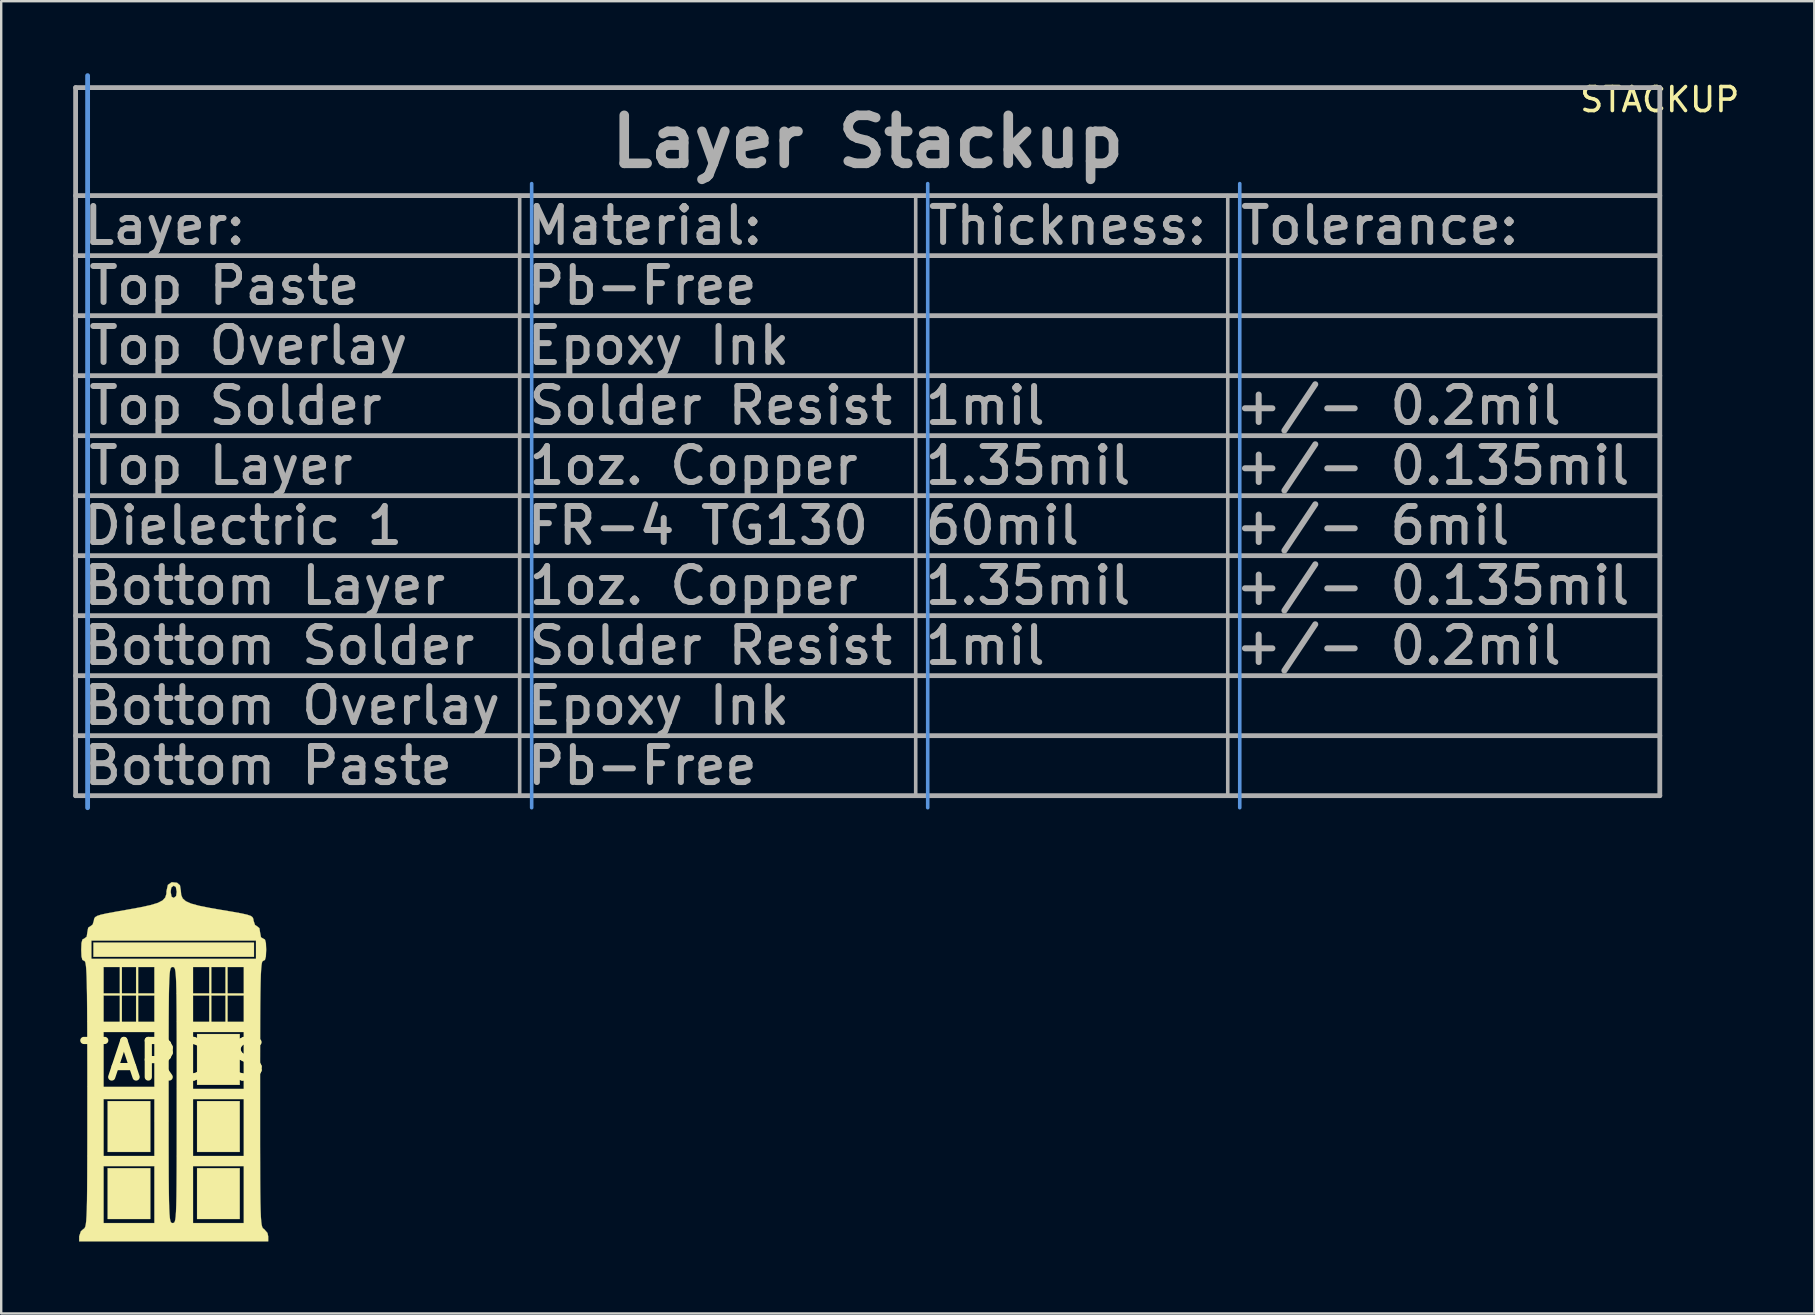
<source format=kicad_pcb>
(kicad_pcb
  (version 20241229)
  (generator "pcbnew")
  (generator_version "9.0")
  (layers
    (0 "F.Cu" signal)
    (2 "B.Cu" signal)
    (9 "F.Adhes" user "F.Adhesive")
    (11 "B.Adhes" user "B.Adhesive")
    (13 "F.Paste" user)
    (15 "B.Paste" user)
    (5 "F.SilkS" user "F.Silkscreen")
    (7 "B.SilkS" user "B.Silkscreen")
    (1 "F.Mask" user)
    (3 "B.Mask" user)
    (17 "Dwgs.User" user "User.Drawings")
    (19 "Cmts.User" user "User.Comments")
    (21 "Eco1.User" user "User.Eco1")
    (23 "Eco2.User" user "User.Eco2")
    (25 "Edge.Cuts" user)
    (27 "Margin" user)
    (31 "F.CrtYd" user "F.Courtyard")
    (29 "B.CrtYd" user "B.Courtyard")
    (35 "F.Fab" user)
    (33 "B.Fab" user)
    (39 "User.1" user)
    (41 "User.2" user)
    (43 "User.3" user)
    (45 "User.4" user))
  (footprint "STACKUP"
    (layer "F.Cu")
    (at 66.1 0.6)
    (property "Reference" "STACKUP" (at 0 0.5 0) (layer "F.SilkS") (effects (font (size 1 1) (thickness 0.15))))
    (attr through_hole)
    (fp_line (start -65.5 -0.5) (end -65.5 30) (stroke (width 0.2) (type solid)) (layer "Cmts.User"))
    (fp_line (start -47 4) (end -47 30) (stroke (width 0.15) (type solid)) (layer "Cmts.User"))
    (fp_line (start -30.5 4) (end -30.5 30) (stroke (width 0.15) (type solid)) (layer "Cmts.User"))
    (fp_line (start -17.5 4) (end -17.5 30) (stroke (width 0.15) (type solid)) (layer "Cmts.User"))
    (fp_line (start -66 0) (end -66 29.5) (stroke (width 0.2) (type solid)) (layer "F.Fab"))
    (fp_line (start -47.5 4.5) (end -47.5 29.5) (stroke (width 0.15) (type solid)) (layer "F.Fab"))
    (fp_line (start -31 4.5) (end -31 29.5) (stroke (width 0.15) (type solid)) (layer "F.Fab"))
    (fp_line (start -18 4.5) (end -18 29.5) (stroke (width 0.15) (type solid)) (layer "F.Fab"))
    (fp_line (start 0 0) (end -66 0) (stroke (width 0.2) (type solid)) (layer "F.Fab"))
    (fp_line (start 0 0) (end 0 29.5) (stroke (width 0.2) (type solid)) (layer "F.Fab"))
    (fp_line (start 0 4.5) (end -66 4.5) (stroke (width 0.2) (type solid)) (layer "F.Fab"))
    (fp_line (start 0 7) (end -66 7) (stroke (width 0.2) (type solid)) (layer "F.Fab"))
    (fp_line (start 0 9.5) (end -66 9.5) (stroke (width 0.2) (type solid)) (layer "F.Fab"))
    (fp_line (start 0 12) (end -66 12) (stroke (width 0.2) (type solid)) (layer "F.Fab"))
    (fp_line (start 0 14.5) (end -66 14.5) (stroke (width 0.2) (type solid)) (layer "F.Fab"))
    (fp_line (start 0 17) (end -66 17) (stroke (width 0.2) (type solid)) (layer "F.Fab"))
    (fp_line (start 0 19.5) (end -66 19.5) (stroke (width 0.2) (type solid)) (layer "F.Fab"))
    (fp_line (start 0 22) (end -66 22) (stroke (width 0.2) (type solid)) (layer "F.Fab"))
    (fp_line (start 0 24.5) (end -66 24.5) (stroke (width 0.2) (type solid)) (layer "F.Fab"))
    (fp_line (start 0 27) (end -66 27) (stroke (width 0.2) (type solid)) (layer "F.Fab"))
    (fp_line (start 0 29.5) (end -66 29.5) (stroke (width 0.2) (type solid)) (layer "F.Fab"))
    (fp_text user "Layer:" (at -62.3 5.75 0) (layer "F.Fab") (effects (font (size 1.5 1.5) (thickness 0.25))))
    (fp_text user "+/- 6mil" (at -11.96 18.25 0) (layer "F.Fab") (effects (font (size 1.5 1.5) (thickness 0.25))))
    (fp_text user "1.35mil" (at -26.32 15.75 0) (layer "F.Fab") (effects (font (size 1.5 1.5) (thickness 0.25))))
    (fp_text user "FR-4 TG130" (at -40.07 18.25 0) (layer "F.Fab") (effects (font (size 1.5 1.5) (thickness 0.25))))
    (fp_text user "Bottom Layer" (at -58.125 20.75 0) (layer "F.Fab") (effects (font (size 1.5 1.5) (thickness 0.25))))
    (fp_text user "1.35mil" (at -26.32 20.75 0) (layer "F.Fab") (effects (font (size 1.5 1.5) (thickness 0.25))))
    (fp_text user "Solder Resist" (at -39.535 13.25 0) (layer "F.Fab") (effects (font (size 1.5 1.5) (thickness 0.25))))
    (fp_text user "Thickness:" (at -24.68 5.75 0) (layer "F.Fab") (effects (font (size 1.5 1.5) (thickness 0.25))))
    (fp_text user "Epoxy Ink" (at -41.715 10.75 0) (layer "F.Fab") (effects (font (size 1.5 1.5) (thickness 0.25))))
    (fp_text user "+/- 0.2mil" (at -10.89 13.25 0) (layer "F.Fab") (effects (font (size 1.5 1.5) (thickness 0.25))))
    (fp_text user "Layer Stackup" (at -33 2.25 0) (layer "F.Fab") (effects (font (size 2 2) (thickness 0.4))))
    (fp_text user "Top Layer" (at -59.945 15.75 0) (layer "F.Fab") (effects (font (size 1.5 1.5) (thickness 0.25))))
    (fp_text user "Top Solder" (at -59.335 13.25 0) (layer "F.Fab") (effects (font (size 1.5 1.5) (thickness 0.25))))
    (fp_text user "Pb-Free" (at -42.395 8.25 0) (layer "F.Fab") (effects (font (size 1.5 1.5) (thickness 0.25))))
    (fp_text user "Solder Resist" (at -39.535 23.25 0) (layer "F.Fab") (effects (font (size 1.5 1.5) (thickness 0.25))))
    (fp_text user "Bottom Overlay" (at -56.98 25.75 0) (layer "F.Fab") (effects (font (size 1.5 1.5) (thickness 0.25))))
    (fp_text user "Bottom Solder" (at -57.515 23.25 0) (layer "F.Fab") (effects (font (size 1.5 1.5) (thickness 0.25))))
    (fp_text user "Tolerance:" (at -11.675 5.75 0) (layer "F.Fab") (effects (font (size 1.5 1.5) (thickness 0.25))))
    (fp_text user "+/- 0.135mil" (at -9.46 20.75 0) (layer "F.Fab") (effects (font (size 1.5 1.5) (thickness 0.25))))
    (fp_text user "1oz. Copper" (at -40.25 20.75 0) (layer "F.Fab") (effects (font (size 1.5 1.5) (thickness 0.25))))
    (fp_text user "+/- 0.2mil" (at -10.89 23.25 0) (layer "F.Fab") (effects (font (size 1.5 1.5) (thickness 0.25))))
    (fp_text user "1mil" (at -28.105 23.25 0) (layer "F.Fab") (effects (font (size 1.5 1.5) (thickness 0.25))))
    (fp_text user "60mil" (at -27.39 18.25 0) (layer "F.Fab") (effects (font (size 1.5 1.5) (thickness 0.25))))
    (fp_text user "Pb-Free" (at -42.39 28.25 0) (layer "F.Fab") (effects (font (size 1.5 1.5) (thickness 0.25))))
    (fp_text user "1oz. Copper" (at -40.255 15.75 0) (layer "F.Fab") (effects (font (size 1.5 1.5) (thickness 0.25))))
    (fp_text user "+/- 0.135mil" (at -9.46 15.75 0) (layer "F.Fab") (effects (font (size 1.5 1.5) (thickness 0.25))))
    (fp_text user "Material:" (at -42.29 5.75 0) (layer "F.Fab") (effects (font (size 1.5 1.5) (thickness 0.25))))
    (fp_text user "Bottom Paste" (at -57.98 28.25 0) (layer "F.Fab") (effects (font (size 1.5 1.5) (thickness 0.25))))
    (fp_text user "Epoxy Ink" (at -41.715 25.75 0) (layer "F.Fab") (effects (font (size 1.5 1.5) (thickness 0.25))))
    (fp_text user "1mil" (at -28.105 13.25 0) (layer "F.Fab") (effects (font (size 1.5 1.5) (thickness 0.25))))
    (fp_text user "Top Overlay" (at -58.8 10.75 0) (layer "F.Fab") (effects (font (size 1.5 1.5) (thickness 0.25))))
    (fp_text user "Dielectric 1" (at -59.015 18.25 0) (layer "F.Fab") (effects (font (size 1.5 1.5) (thickness 0.25))))
    (fp_text user "Top Paste" (at -59.8 8.25 0) (layer "F.Fab") (effects (font (size 1.5 1.5) (thickness 0.25)))))
  (footprint "TARDIS"
    (layer "F.Cu")
    (at 4.144 41.131)
    (property "Reference" "TARDIS" (at 0 0 0) (layer "F.SilkS") (effects (font (size 1.524 1.524) (thickness 0.3))))
    (attr through_hole)
    (fp_poly (pts (xy -0.931 3.81) (xy -2.709 3.81) (xy -2.709 1.693) (xy -0.931 1.693) (xy -0.931 3.81)) (stroke (width 0.01) (type solid)) (fill yes) (layer "F.SilkS"))
    (fp_poly (pts (xy -0.931 6.604) (xy -2.709 6.604) (xy -2.709 4.487) (xy -0.931 4.487) (xy -0.931 6.604)) (stroke (width 0.01) (type solid)) (fill yes) (layer "F.SilkS"))
    (fp_poly (pts (xy 2.794 1.016) (xy 1.016 1.016) (xy 1.016 -1.101) (xy 2.794 -1.101) (xy 2.794 1.016)) (stroke (width 0.01) (type solid)) (fill yes) (layer "F.SilkS"))
    (fp_poly (pts (xy 2.794 3.81) (xy 1.016 3.81) (xy 1.016 1.693) (xy 2.794 1.693) (xy 2.794 3.81)) (stroke (width 0.01) (type solid)) (fill yes) (layer "F.SilkS"))
    (fp_poly (pts (xy 2.794 6.604) (xy 1.016 6.604) (xy 1.016 4.487) (xy 2.794 4.487) (xy 2.794 6.604)) (stroke (width 0.01) (type solid)) (fill yes) (layer "F.SilkS"))
    (fp_poly (pts (xy 3.387 -4.318) (xy -3.302 -4.318) (xy -3.302 -4.911) (xy 3.387 -4.911) (xy 3.387 -4.318)) (stroke (width 0.01) (type solid)) (fill yes) (layer "F.SilkS"))
    (fp_poly (pts (xy 0.181 -7.405) (xy 0.303 -7.299) (xy 0.339 -7.077) (xy 0.355 -6.895) (xy 0.417 -6.751) (xy 0.547 -6.635) (xy 0.765 -6.537) (xy 1.093 -6.447) (xy 1.552 -6.355) (xy 2.007 -6.276) (xy 2.507 -6.192) (xy 2.864 -6.127) (xy 3.103 -6.074) (xy 3.249 -6.024) (xy 3.326 -5.969) (xy 3.359 -5.9) (xy 3.371 -5.82) (xy 3.43 -5.647) (xy 3.519 -5.588) (xy 3.614 -5.512) (xy 3.641 -5.334) (xy 3.679 -5.132) (xy 3.768 -5.08) (xy 3.844 -5.038) (xy 3.884 -4.891) (xy 3.895 -4.614) (xy 3.883 -4.334) (xy 3.843 -4.189) (xy 3.768 -4.149) (xy 3.742 -4.133) (xy 3.72 -4.079) (xy 3.702 -3.974) (xy 3.686 -3.807) (xy 3.673 -3.567) (xy 3.663 -3.241) (xy 3.655 -2.818) (xy 3.649 -2.286) (xy 3.645 -1.634) (xy 3.643 -0.849) (xy 3.641 0.079) (xy 3.641 1.162) (xy 3.641 1.394) (xy 3.641 2.498) (xy 3.641 3.445) (xy 3.643 4.248) (xy 3.645 4.918) (xy 3.649 5.467) (xy 3.655 5.909) (xy 3.664 6.255) (xy 3.675 6.518) (xy 3.689 6.71) (xy 3.706 6.842) (xy 3.728 6.929) (xy 3.753 6.981) (xy 3.783 7.011) (xy 3.81 7.027) (xy 3.949 7.186) (xy 3.979 7.327) (xy 3.979 7.535) (xy -3.895 7.535) (xy -3.895 7.327) (xy -3.826 7.119) (xy -3.725 7.027) (xy -3.692 7.006) (xy -3.663 6.972) (xy -3.638 6.914) (xy -3.618 6.819) (xy -3.601 6.675) (xy -3.588 6.469) (xy -3.577 6.19) (xy -3.569 5.825) (xy -3.564 5.362) (xy -3.56 4.788) (xy -3.559 4.403) (xy -2.879 4.403) (xy -2.879 6.773) (xy -0.762 6.773) (xy -0.762 4.403) (xy -2.879 4.403) (xy -3.559 4.403) (xy -3.558 4.092) (xy -3.556 3.26) (xy -3.556 2.281) (xy -3.556 1.609) (xy -2.879 1.609) (xy -2.879 3.979) (xy -0.762 3.979) (xy -0.762 1.609) (xy -2.879 1.609) (xy -3.556 1.609) (xy -3.556 1.439) (xy -0.169 1.439) (xy -0.169 2.521) (xy -0.169 3.445) (xy -0.167 4.225) (xy -0.165 4.872) (xy -0.16 5.399) (xy -0.154 5.819) (xy -0.146 6.143) (xy -0.134 6.384) (xy -0.119 6.554) (xy -0.101 6.666) (xy -0.079 6.731) (xy -0.053 6.763) (xy -0.021 6.773) (xy 0 6.773) (xy 0.034 6.77) (xy 0.064 6.753) (xy 0.088 6.71) (xy 0.109 6.627) (xy 0.126 6.494) (xy 0.139 6.297) (xy 0.149 6.024) (xy 0.157 5.664) (xy 0.162 5.203) (xy 0.166 4.629) (xy 0.167 4.403) (xy 0.847 4.403) (xy 0.847 6.773) (xy 2.963 6.773) (xy 2.963 4.403) (xy 0.847 4.403) (xy 0.167 4.403) (xy 0.168 3.931) (xy 0.169 3.095) (xy 0.169 2.109) (xy 0.169 1.609) (xy 0.847 1.609) (xy 0.847 3.979) (xy 2.963 3.979) (xy 2.963 1.609) (xy 0.847 1.609) (xy 0.169 1.609) (xy 0.169 1.439) (xy 0.169 0.358) (xy 0.169 -0.567) (xy 0.168 -1.185) (xy 0.847 -1.185) (xy 0.847 1.185) (xy 2.963 1.185) (xy 2.963 -1.185) (xy 0.847 -1.185) (xy 0.168 -1.185) (xy 0.167 -1.346) (xy 0.165 -1.994) (xy 0.16 -2.521) (xy 0.158 -2.709) (xy 0.847 -2.709) (xy 0.847 -1.609) (xy 1.524 -1.609) (xy 1.524 -2.709) (xy 1.609 -2.709) (xy 1.609 -1.609) (xy 2.201 -1.609) (xy 2.201 -2.709) (xy 2.286 -2.709) (xy 2.286 -1.609) (xy 2.963 -1.609) (xy 2.963 -2.709) (xy 2.286 -2.709) (xy 2.201 -2.709) (xy 1.609 -2.709) (xy 1.524 -2.709) (xy 0.847 -2.709) (xy 0.158 -2.709) (xy 0.154 -2.94) (xy 0.146 -3.264) (xy 0.134 -3.505) (xy 0.119 -3.675) (xy 0.101 -3.787) (xy 0.079 -3.852) (xy 0.053 -3.884) (xy 0.021 -3.894) (xy 0 -3.895) (xy 0.847 -3.895) (xy 0.847 -2.794) (xy 1.524 -2.794) (xy 1.524 -3.895) (xy 1.609 -3.895) (xy 1.609 -2.794) (xy 2.201 -2.794) (xy 2.201 -3.895) (xy 2.286 -3.895) (xy 2.286 -2.794) (xy 2.963 -2.794) (xy 2.963 -3.895) (xy 2.286 -3.895) (xy 2.201 -3.895) (xy 1.609 -3.895) (xy 1.524 -3.895) (xy 0.847 -3.895) (xy 0 -3.895) (xy -0.034 -3.892) (xy -0.064 -3.875) (xy -0.088 -3.831) (xy -0.109 -3.749) (xy -0.126 -3.615) (xy -0.139 -3.418) (xy -0.149 -3.146) (xy -0.157 -2.785) (xy -0.162 -2.324) (xy -0.166 -1.751) (xy -0.168 -1.052) (xy -0.169 -0.216) (xy -0.169 0.769) (xy -0.169 1.439) (xy -3.556 1.439) (xy -3.556 1.394) (xy -3.556 0.279) (xy -3.558 -0.679) (xy -3.559 -1.185) (xy -2.879 -1.185) (xy -2.879 1.101) (xy -0.762 1.101) (xy -0.762 -1.185) (xy -2.879 -1.185) (xy -3.559 -1.185) (xy -3.56 -1.49) (xy -3.564 -2.168) (xy -3.569 -2.709) (xy -2.879 -2.709) (xy -2.879 -1.609) (xy -2.201 -1.609) (xy -2.201 -2.709) (xy -2.117 -2.709) (xy -2.117 -1.609) (xy -1.524 -1.609) (xy -1.524 -2.709) (xy -1.439 -2.709) (xy -1.439 -1.609) (xy -0.762 -1.609) (xy -0.762 -2.709) (xy -1.439 -2.709) (xy -1.524 -2.709) (xy -2.117 -2.709) (xy -2.201 -2.709) (xy -2.879 -2.709) (xy -3.569 -2.709) (xy -3.569 -2.722) (xy -3.577 -3.166) (xy -3.586 -3.51) (xy -3.599 -3.766) (xy -3.609 -3.895) (xy -2.879 -3.895) (xy -2.879 -2.794) (xy -2.201 -2.794) (xy -2.201 -3.895) (xy -2.117 -3.895) (xy -2.117 -2.794) (xy -1.524 -2.794) (xy -1.524 -3.895) (xy -1.439 -3.895) (xy -1.439 -2.794) (xy -0.762 -2.794) (xy -0.762 -3.895) (xy -1.439 -3.895) (xy -1.524 -3.895) (xy -2.117 -3.895) (xy -2.201 -3.895) (xy -2.879 -3.895) (xy -3.609 -3.895) (xy -3.614 -3.947) (xy -3.632 -4.063) (xy -3.653 -4.126) (xy -3.678 -4.148) (xy -3.683 -4.149) (xy -3.76 -4.19) (xy -3.799 -4.337) (xy -3.81 -4.614) (xy -3.799 -4.895) (xy -3.771 -4.995) (xy -3.387 -4.995) (xy -3.387 -4.233) (xy 3.471 -4.233) (xy 3.471 -4.995) (xy -3.387 -4.995) (xy -3.771 -4.995) (xy -3.759 -5.04) (xy -3.683 -5.08) (xy -3.582 -5.156) (xy -3.556 -5.334) (xy -3.52 -5.533) (xy -3.435 -5.588) (xy -3.335 -5.662) (xy -3.286 -5.816) (xy -3.272 -5.902) (xy -3.233 -5.968) (xy -3.148 -6.022) (xy -2.99 -6.074) (xy -2.736 -6.13) (xy -2.36 -6.199) (xy -1.917 -6.277) (xy -1.345 -6.381) (xy -0.919 -6.474) (xy -0.619 -6.565) (xy -0.424 -6.666) (xy -0.312 -6.785) (xy -0.263 -6.934) (xy -0.257 -7.027) (xy -0.085 -7.027) (xy -0.047 -6.826) (xy 0.042 -6.773) (xy 0.143 -6.849) (xy 0.169 -7.027) (xy 0.131 -7.229) (xy 0.042 -7.281) (xy -0.058 -7.206) (xy -0.085 -7.027) (xy -0.257 -7.027) (xy -0.254 -7.074) (xy -0.199 -7.316) (xy -0.04 -7.426) (xy 0.181 -7.405)) (stroke (width 0.01) (type solid)) (fill yes) (layer "F.SilkS")))
  (gr_rect
    (start -3 -3)
    (end 72.535 51.671)
    (stroke (width 0.1) (type default))
    (fill no)
    (layer "Edge.Cuts")))
</source>
